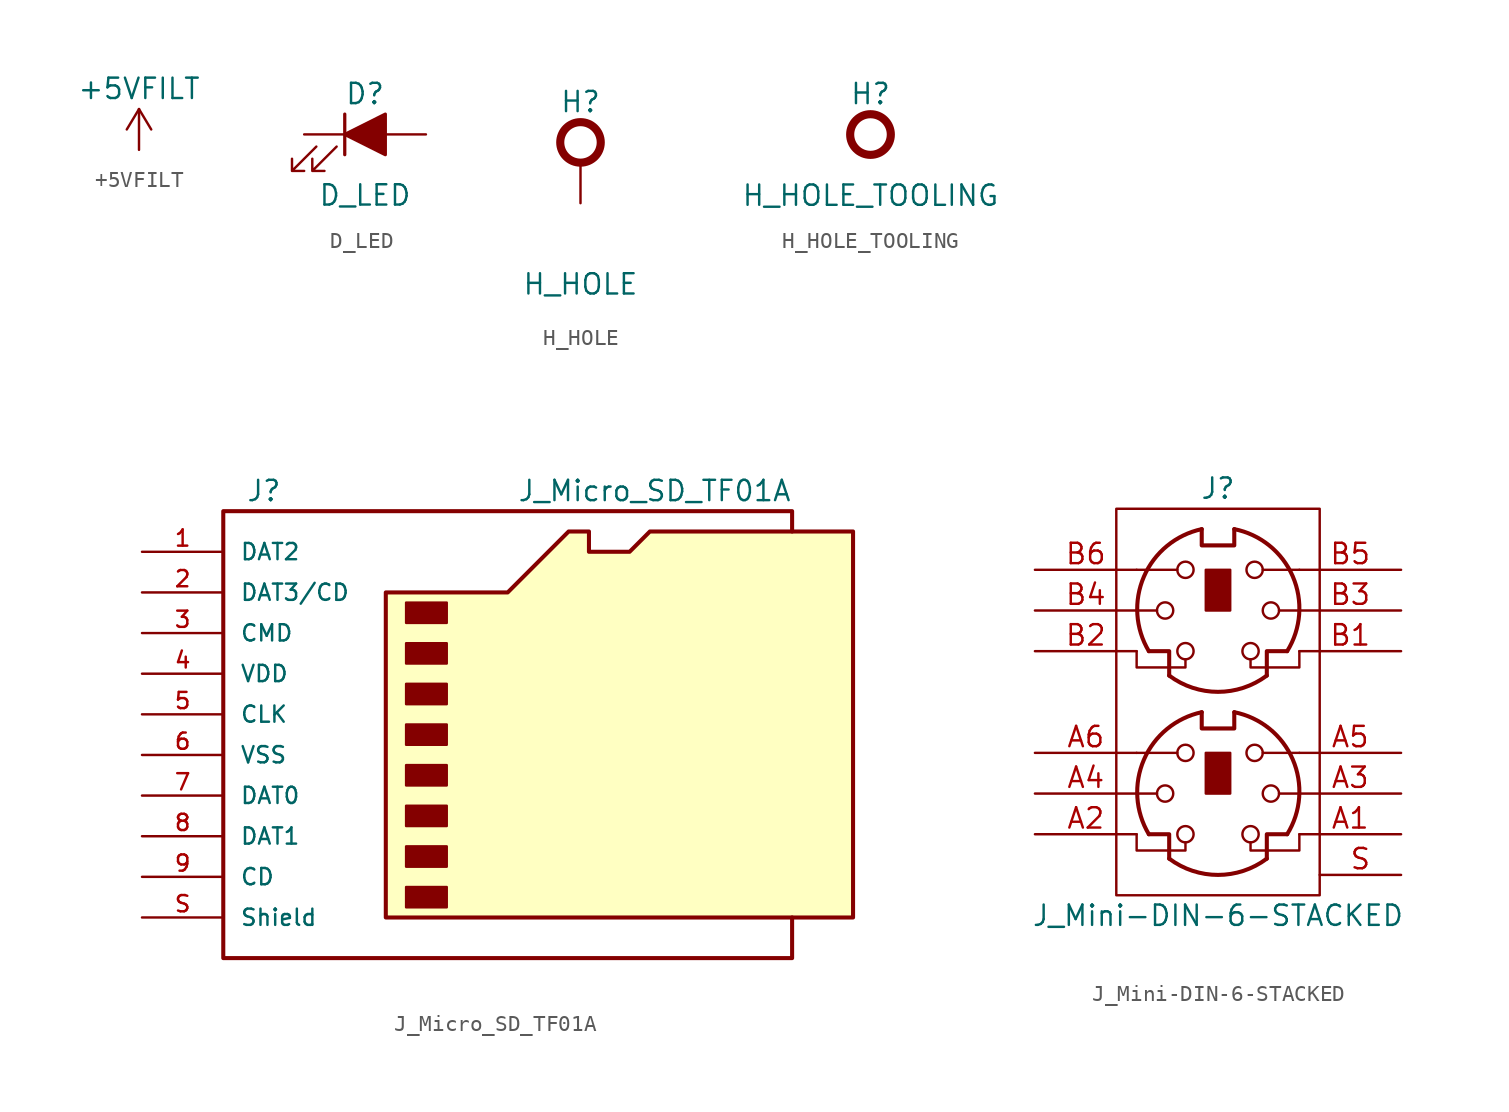
<source format=kicad_sym>
(kicad_symbol_lib
  (version 20231120)
  (generator "kicad_symbol_editor")
  (generator_version "8.0")
  (symbol "+5VFILT"
    (power)
    (pin_names
      (offset 0))
    (property "Reference" "#PWR"
      (at 0 -2.54 0)
      (effects (font (size 1.27 1.27)) (hide yes)))
    (property "Value" "+5VFILT"
      (at 0 3.81 0)
      (effects (font (size 1.27 1.27))))
    (symbol "+5VFILT_1_1"
      (polyline (pts (xy -0.762 1.27) (xy 0 2.54)) (stroke (width 0) (type default)) (fill (type none)))
      (polyline (pts (xy 0 0) (xy 0 2.54)) (stroke (width 0) (type default)) (fill (type none)))
      (polyline (pts (xy 0 2.54) (xy 0.762 1.27)) (stroke (width 0) (type default)) (fill (type none)))
      (pin power_in line (at 0 0 90) (length 0) hide (name "+5VFILT" (effects (font (size 1.27 1.27)))) (number "1" (effects (font (size 1.27 1.27)))))))
  (symbol "D_LED"
    (pin_numbers hide)
    (pin_names
      (offset 1.016) hide)
    (property "Reference" "D"
      (at 0 2.54 0)
      (effects (font (size 1.27 1.27))))
    (property "Value" "D_LED"
      (at 0 -3.81 0)
      (effects (font (size 1.27 1.27))))
    (symbol "D_LED_1_1"
      (polyline (pts (xy -1.27 -1.27) (xy -1.27 1.27)) (stroke (width 0.203) (type default)) (fill (type none)))
      (polyline (pts (xy -1.27 0) (xy 1.27 0)) (stroke (width 0) (type default)) (fill (type none)))
      (polyline (pts (xy 1.27 -1.27) (xy 1.27 1.27) (xy -1.27 0) (xy 1.27 -1.27)) (stroke (width 0.203) (type default)) (fill (type outline)))
      (polyline (pts (xy -3.048 -0.762) (xy -4.572 -2.286) (xy -3.81 -2.286) (xy -4.572 -2.286) (xy -4.572 -1.524)) (stroke (width 0) (type default)) (fill (type none)))
      (polyline (pts (xy -1.778 -0.762) (xy -3.302 -2.286) (xy -2.54 -2.286) (xy -3.302 -2.286) (xy -3.302 -1.524)) (stroke (width 0) (type default)) (fill (type none)))
      (pin passive line (at -3.81 0 0) (length 2.54) (name "K" (effects (font (size 1.27 1.27)))) (number "1" (effects (font (size 1.27 1.27)))))
      (pin passive line (at 3.81 0 180) (length 2.54) (name "A" (effects (font (size 1.27 1.27)))) (number "2" (effects (font (size 1.27 1.27)))))))
  (symbol "H_HOLE"
    (pin_numbers hide)
    (pin_names
      (offset 1.016) hide)
    (property "Reference" "H"
      (at 0 2.54 0)
      (effects (font (size 1.27 1.27))))
    (property "Value" "H_HOLE"
      (at 0 -8.89 0)
      (effects (font (size 1.27 1.27))))
    (symbol "H_HOLE_1_1"
      (circle (center 0 0) (radius 1.27) (stroke (width 0.508) (type default)) (fill (type none)))
      (pin passive line (at 0 -3.81 90) (length 2.54) (name "1" (effects (font (size 1.27 1.27)))) (number "1" (effects (font (size 1.27 1.27)))))))
  (symbol "H_HOLE_TOOLING"
    (pin_numbers hide)
    (pin_names
      (offset 1.016) hide)
    (property "Reference" "H"
      (at 0 2.54 0)
      (effects (font (size 1.27 1.27))))
    (property "Value" "H_HOLE_TOOLING"
      (at 0 -3.81 0)
      (effects (font (size 1.27 1.27))))
    (symbol "H_HOLE_TOOLING_1_1"
      (circle (center 0 0) (radius 1.27) (stroke (width 0.508) (type default)) (fill (type none)))))
  (symbol "J_Micro_SD_TF01A"
    (pin_names
      (offset 1.016))
    (property "Reference" "J"
      (at -16.51 11.43 0)
      (effects (font (size 1.27 1.27))))
    (property "Value" "J_Micro_SD_TF01A"
      (at 16.51 11.43 0)
      (effects (font (size 1.27 1.27)) (justify right)))
    (symbol "J_Micro_SD_TF01A_0_1"
      (rectangle (start -7.62 -13.335) (end -5.08 -14.605) (stroke (width 0) (type default)) (fill (type outline)))
      (rectangle (start -7.62 -10.795) (end -5.08 -12.065) (stroke (width 0) (type default)) (fill (type outline)))
      (rectangle (start -7.62 -8.255) (end -5.08 -9.525) (stroke (width 0) (type default)) (fill (type outline)))
      (rectangle (start -7.62 -5.715) (end -5.08 -6.985) (stroke (width 0) (type default)) (fill (type outline)))
      (rectangle (start -7.62 -3.175) (end -5.08 -4.445) (stroke (width 0) (type default)) (fill (type outline)))
      (rectangle (start -7.62 -0.635) (end -5.08 -1.905) (stroke (width 0) (type default)) (fill (type outline)))
      (rectangle (start -7.62 1.905) (end -5.08 0.635) (stroke (width 0) (type default)) (fill (type outline)))
      (rectangle (start -7.62 4.445) (end -5.08 3.175) (stroke (width 0) (type default)) (fill (type outline)))
      (polyline (pts (xy 16.51 8.89) (xy 16.51 10.16) (xy -19.05 10.16) (xy -19.05 -17.78) (xy 16.51 -17.78) (xy 16.51 -15.24)) (stroke (width 0.254) (type default)) (fill (type none)))
      (polyline (pts (xy -8.89 -15.24) (xy -8.89 5.08) (xy -1.27 5.08) (xy 2.54 8.89) (xy 3.81 8.89) (xy 3.81 7.62) (xy 6.35 7.62) (xy 7.62 8.89) (xy 20.32 8.89) (xy 20.32 -15.24) (xy -8.89 -15.24)) (stroke (width 0.254) (type default)) (fill (type background))))
    (symbol "J_Micro_SD_TF01A_1_1"
      (pin bidirectional line (at -24.13 7.62 0) (length 5.08) (name "DAT2" (effects (font (size 1.016 1.016)))) (number "1" (effects (font (size 1.016 1.016)))))
      (pin bidirectional line (at -24.13 5.08 0) (length 5.08) (name "DAT3/CD" (effects (font (size 1.016 1.016)))) (number "2" (effects (font (size 1.016 1.016)))))
      (pin input line (at -24.13 2.54 0) (length 5.08) (name "CMD" (effects (font (size 1.016 1.016)))) (number "3" (effects (font (size 1.016 1.016)))))
      (pin power_in line (at -24.13 0 0) (length 5.08) (name "VDD" (effects (font (size 1.016 1.016)))) (number "4" (effects (font (size 1.016 1.016)))))
      (pin input line (at -24.13 -2.54 0) (length 5.08) (name "CLK" (effects (font (size 1.016 1.016)))) (number "5" (effects (font (size 1.016 1.016)))))
      (pin power_in line (at -24.13 -5.08 0) (length 5.08) (name "VSS" (effects (font (size 1.016 1.016)))) (number "6" (effects (font (size 1.016 1.016)))))
      (pin bidirectional line (at -24.13 -7.62 0) (length 5.08) (name "DAT0" (effects (font (size 1.016 1.016)))) (number "7" (effects (font (size 1.016 1.016)))))
      (pin bidirectional line (at -24.13 -10.16 0) (length 5.08) (name "DAT1" (effects (font (size 1.016 1.016)))) (number "8" (effects (font (size 1.016 1.016)))))
      (pin output line (at -24.13 -12.7 0) (length 5.08) (name "CD" (effects (font (size 1.016 1.016)))) (number "9" (effects (font (size 1.016 1.016)))))
      (pin passive line (at -24.13 -15.24 0) (length 5.08) (name "Shield" (effects (font (size 1.016 1.016)))) (number "S" (effects (font (size 1.016 1.016)))))))
  (symbol "J_Mini-DIN-6-STACKED"
    (pin_names
      (offset 1.016))
    (property "Reference" "J"
      (at 0 7.62 0)
      (effects (font (size 1.27 1.27))))
    (property "Value" "J_Mini-DIN-6-STACKED"
      (at 0 -19.05 0)
      (effects (font (size 1.27 1.27))))
    (symbol "J_Mini-DIN-6-STACKED_0_1"
      (rectangle (start -6.35 6.35) (end 6.35 -17.78) (stroke (width 0) (type default)) (fill (type none)))
      (circle (center -3.302 -11.43) (radius 0.508) (stroke (width 0) (type default)) (fill (type none)))
      (circle (center -3.302 0) (radius 0.508) (stroke (width 0) (type default)) (fill (type none)))
      (arc (start -3.048 -15.494) (mid 0 -16.51) (end 3.048 -15.494) (stroke (width 0.254) (type default)) (fill (type none)))
      (arc (start -3.048 -4.064) (mid 0 -5.08) (end 3.048 -4.064) (stroke (width 0.254) (type default)) (fill (type none)))
      (circle (center -2.032 -13.97) (radius 0.508) (stroke (width 0) (type default)) (fill (type none)))
      (circle (center -2.032 -8.89) (radius 0.508) (stroke (width 0) (type default)) (fill (type none)))
      (circle (center -2.032 -2.54) (radius 0.508) (stroke (width 0) (type default)) (fill (type none)))
      (circle (center -2.032 2.54) (radius 0.508) (stroke (width 0) (type default)) (fill (type none)))
      (arc (start -1.016 -6.35) (mid -4.6241 -9.3119) (end -4.318 -13.97) (stroke (width 0.254) (type default)) (fill (type none)))
      (arc (start -1.016 5.08) (mid -4.6228 2.1214) (end -4.318 -2.54) (stroke (width 0.254) (type default)) (fill (type none)))
      (rectangle (start -0.762 -8.89) (end 0.762 -11.43) (stroke (width 0) (type default)) (fill (type outline)))
      (rectangle (start -0.762 2.54) (end 0.762 0) (stroke (width 0) (type default)) (fill (type outline)))
      (polyline (pts (xy -3.81 -11.43) (xy -5.08 -11.43)) (stroke (width 0) (type default)) (fill (type none)))
      (polyline (pts (xy -3.81 0) (xy -5.08 0)) (stroke (width 0) (type default)) (fill (type none)))
      (polyline (pts (xy -2.54 -8.89) (xy -5.08 -8.89)) (stroke (width 0) (type default)) (fill (type none)))
      (polyline (pts (xy -2.54 2.54) (xy -5.08 2.54)) (stroke (width 0) (type default)) (fill (type none)))
      (polyline (pts (xy 2.794 -8.89) (xy 5.08 -8.89)) (stroke (width 0) (type default)) (fill (type none)))
      (polyline (pts (xy 2.794 2.54) (xy 5.08 2.54)) (stroke (width 0) (type default)) (fill (type none)))
      (polyline (pts (xy 5.08 -11.43) (xy 3.81 -11.43)) (stroke (width 0) (type default)) (fill (type none)))
      (polyline (pts (xy 5.08 0) (xy 3.81 0)) (stroke (width 0) (type default)) (fill (type none)))
      (polyline (pts (xy -4.318 -13.97) (xy -3.048 -13.97) (xy -3.048 -15.494)) (stroke (width 0.254) (type default)) (fill (type none)))
      (polyline (pts (xy -4.318 -2.54) (xy -3.048 -2.54) (xy -3.048 -4.064)) (stroke (width 0.254) (type default)) (fill (type none)))
      (polyline (pts (xy 4.318 -13.97) (xy 3.048 -13.97) (xy 3.048 -15.494)) (stroke (width 0.254) (type default)) (fill (type none)))
      (polyline (pts (xy 4.318 -2.54) (xy 3.048 -2.54) (xy 3.048 -4.064)) (stroke (width 0.254) (type default)) (fill (type none)))
      (polyline (pts (xy -2.032 -14.478) (xy -2.032 -14.986) (xy -5.08 -14.986) (xy -5.08 -13.97)) (stroke (width 0) (type default)) (fill (type none)))
      (polyline (pts (xy -2.032 -3.048) (xy -2.032 -3.556) (xy -5.08 -3.556) (xy -5.08 -2.54)) (stroke (width 0) (type default)) (fill (type none)))
      (polyline (pts (xy -1.016 -6.35) (xy -1.016 -7.366) (xy 1.016 -7.366) (xy 1.016 -6.35)) (stroke (width 0.254) (type default)) (fill (type none)))
      (polyline (pts (xy -1.016 5.08) (xy -1.016 4.064) (xy 1.016 4.064) (xy 1.016 5.08)) (stroke (width 0.254) (type default)) (fill (type none)))
      (polyline (pts (xy 2.032 -14.478) (xy 2.032 -14.986) (xy 5.08 -14.986) (xy 5.08 -13.97)) (stroke (width 0) (type default)) (fill (type none)))
      (polyline (pts (xy 2.032 -3.048) (xy 2.032 -3.556) (xy 5.08 -3.556) (xy 5.08 -2.54)) (stroke (width 0) (type default)) (fill (type none)))
      (circle (center 2.032 -13.97) (radius 0.508) (stroke (width 0) (type default)) (fill (type none)))
      (circle (center 2.032 -2.54) (radius 0.508) (stroke (width 0) (type default)) (fill (type none)))
      (circle (center 2.286 -8.89) (radius 0.508) (stroke (width 0) (type default)) (fill (type none)))
      (circle (center 2.286 2.54) (radius 0.508) (stroke (width 0) (type default)) (fill (type none)))
      (circle (center 3.302 -11.43) (radius 0.508) (stroke (width 0) (type default)) (fill (type none)))
      (circle (center 3.302 0) (radius 0.508) (stroke (width 0) (type default)) (fill (type none)))
      (arc (start 4.318 -13.97) (mid 4.6646 -9.2943) (end 1.016 -6.35) (stroke (width 0.254) (type default)) (fill (type none)))
      (arc (start 4.318 -2.54) (mid 4.6661 2.1322) (end 1.016 5.08) (stroke (width 0.254) (type default)) (fill (type none))))
    (symbol "J_Mini-DIN-6-STACKED_1_1"
      (pin passive line (at 11.43 -13.97 180) (length 6.35) (name "~" (effects (font (size 1.27 1.27)))) (number "A1" (effects (font (size 1.27 1.27)))))
      (pin passive line (at -11.43 -13.97 0) (length 6.35) (name "~" (effects (font (size 1.27 1.27)))) (number "A2" (effects (font (size 1.27 1.27)))))
      (pin passive line (at 11.43 -11.43 180) (length 6.35) (name "~" (effects (font (size 1.27 1.27)))) (number "A3" (effects (font (size 1.27 1.27)))))
      (pin passive line (at -11.43 -11.43 0) (length 6.35) (name "~" (effects (font (size 1.27 1.27)))) (number "A4" (effects (font (size 1.27 1.27)))))
      (pin passive line (at 11.43 -8.89 180) (length 6.35) (name "~" (effects (font (size 1.27 1.27)))) (number "A5" (effects (font (size 1.27 1.27)))))
      (pin passive line (at -11.43 -8.89 0) (length 6.35) (name "~" (effects (font (size 1.27 1.27)))) (number "A6" (effects (font (size 1.27 1.27)))))
      (pin passive line (at 11.43 -2.54 180) (length 6.35) (name "~" (effects (font (size 1.27 1.27)))) (number "B1" (effects (font (size 1.27 1.27)))))
      (pin passive line (at -11.43 -2.54 0) (length 6.35) (name "~" (effects (font (size 1.27 1.27)))) (number "B2" (effects (font (size 1.27 1.27)))))
      (pin passive line (at 11.43 0 180) (length 6.35) (name "~" (effects (font (size 1.27 1.27)))) (number "B3" (effects (font (size 1.27 1.27)))))
      (pin passive line (at -11.43 0 0) (length 6.35) (name "~" (effects (font (size 1.27 1.27)))) (number "B4" (effects (font (size 1.27 1.27)))))
      (pin passive line (at 11.43 2.54 180) (length 6.35) (name "~" (effects (font (size 1.27 1.27)))) (number "B5" (effects (font (size 1.27 1.27)))))
      (pin passive line (at -11.43 2.54 0) (length 6.35) (name "~" (effects (font (size 1.27 1.27)))) (number "B6" (effects (font (size 1.27 1.27)))))
      (pin passive line (at 11.43 -16.51 180) (length 5.08) (name "~" (effects (font (size 1.27 1.27)))) (number "S" (effects (font (size 1.27 1.27))))))))
</source>
